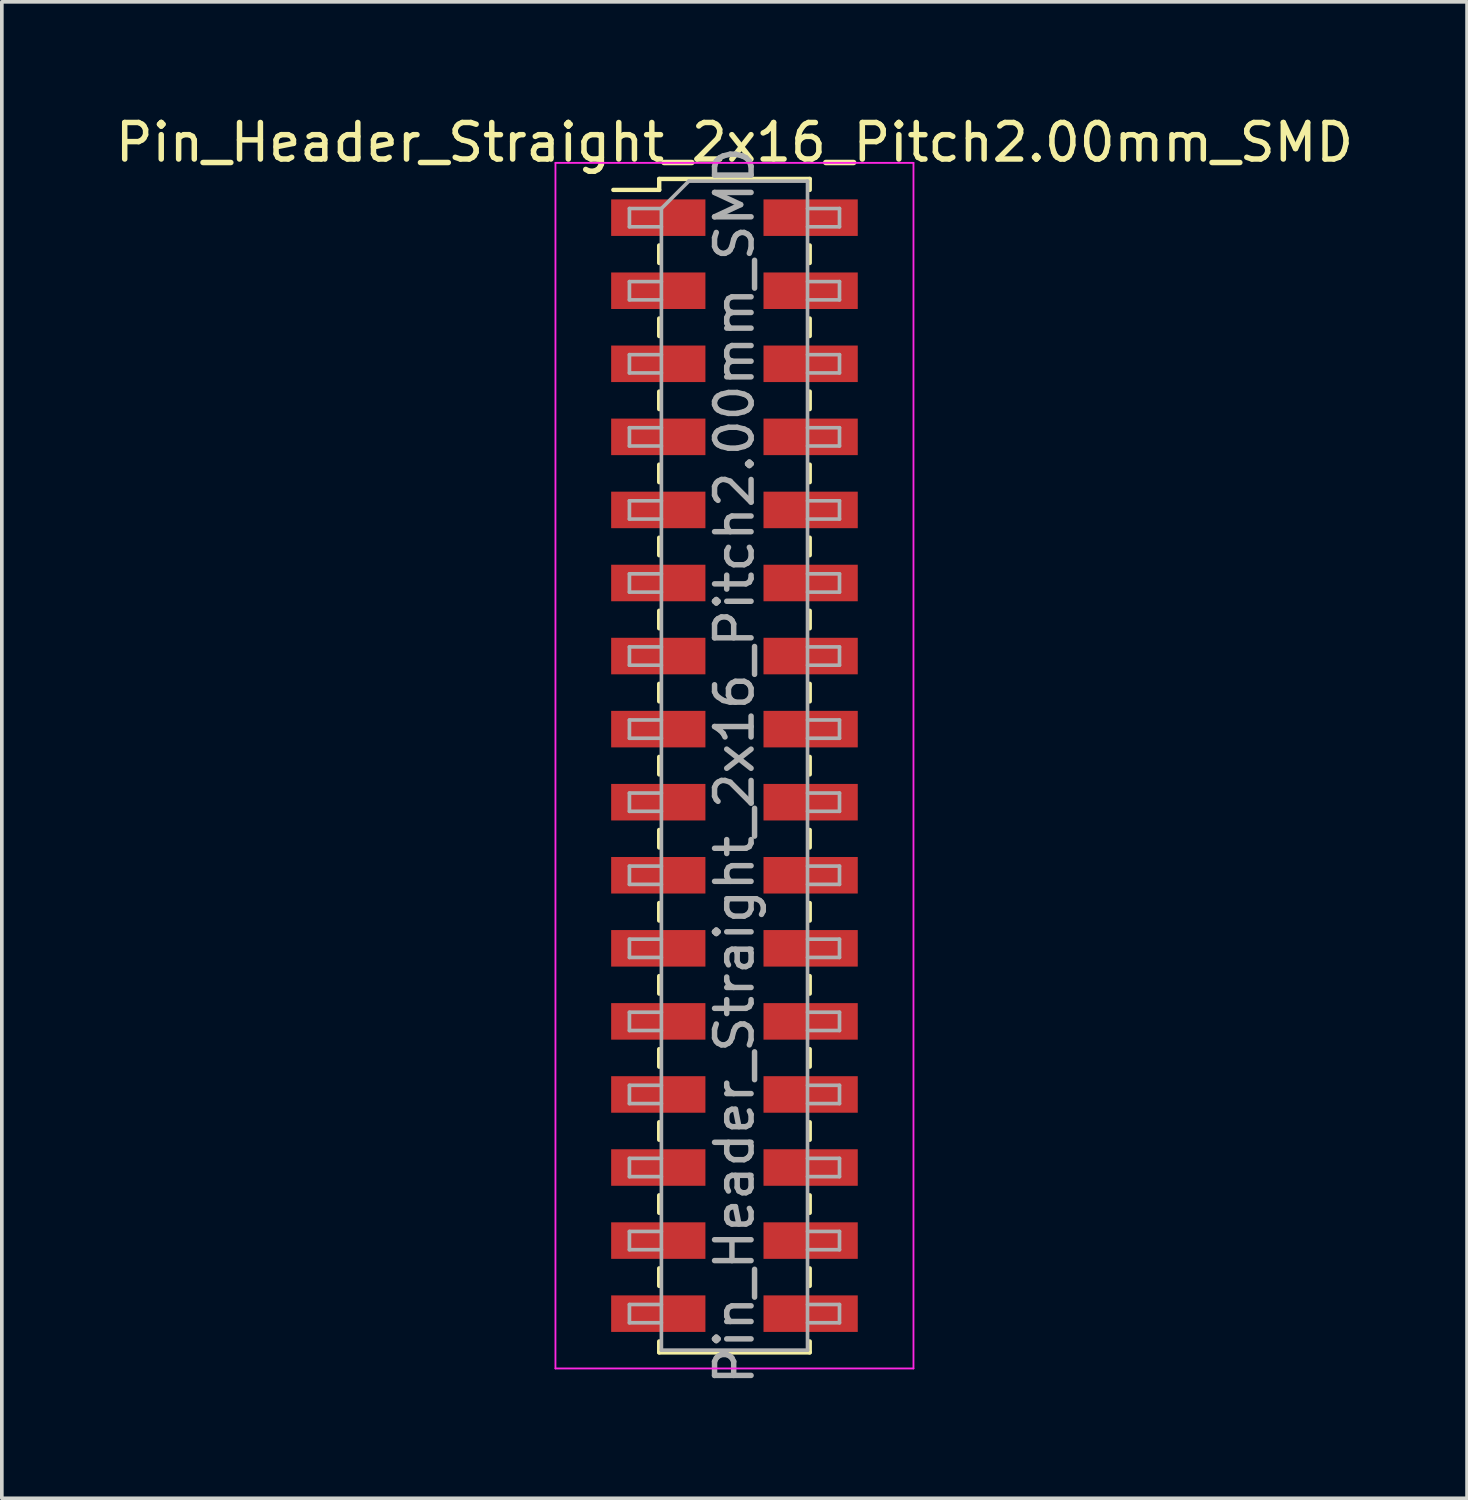
<source format=kicad_pcb>
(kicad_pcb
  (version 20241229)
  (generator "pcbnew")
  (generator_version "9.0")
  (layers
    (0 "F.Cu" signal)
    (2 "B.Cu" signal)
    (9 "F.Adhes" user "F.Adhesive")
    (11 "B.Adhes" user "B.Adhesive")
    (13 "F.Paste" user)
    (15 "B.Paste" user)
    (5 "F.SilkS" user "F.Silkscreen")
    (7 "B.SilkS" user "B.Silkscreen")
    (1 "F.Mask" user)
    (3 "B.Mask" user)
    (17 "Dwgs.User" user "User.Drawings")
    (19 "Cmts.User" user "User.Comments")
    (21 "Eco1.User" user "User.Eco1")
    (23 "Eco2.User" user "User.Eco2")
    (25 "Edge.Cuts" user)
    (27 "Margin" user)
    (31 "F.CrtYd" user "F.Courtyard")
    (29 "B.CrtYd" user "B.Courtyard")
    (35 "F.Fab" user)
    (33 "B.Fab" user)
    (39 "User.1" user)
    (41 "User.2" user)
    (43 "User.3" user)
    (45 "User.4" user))
  (footprint "Pin_Header_Straight_2x16_Pitch2.00mm_SMD"
    (layer "F.Cu")
    (at 17.054 17.908)
    (property "Reference" "Pin_Header_Straight_2x16_Pitch2.00mm_SMD" (at 0 -17.06 0) (layer "F.SilkS") (effects (font (size 1 1) (thickness 0.15))))
    (attr smd)
    (fp_line (start -3.315 -15.76) (end -2.06 -15.76) (stroke (width 0.12) (type solid)) (layer "F.SilkS"))
    (fp_line (start -2.06 -16.06) (end -2.06 -15.76) (stroke (width 0.12) (type solid)) (layer "F.SilkS"))
    (fp_line (start -2.06 -16.06) (end 2.06 -16.06) (stroke (width 0.12) (type solid)) (layer "F.SilkS"))
    (fp_line (start -2.06 -14.24) (end -2.06 -13.76) (stroke (width 0.12) (type solid)) (layer "F.SilkS"))
    (fp_line (start -2.06 -12.24) (end -2.06 -11.76) (stroke (width 0.12) (type solid)) (layer "F.SilkS"))
    (fp_line (start -2.06 -10.24) (end -2.06 -9.76) (stroke (width 0.12) (type solid)) (layer "F.SilkS"))
    (fp_line (start -2.06 -8.24) (end -2.06 -7.76) (stroke (width 0.12) (type solid)) (layer "F.SilkS"))
    (fp_line (start -2.06 -6.24) (end -2.06 -5.76) (stroke (width 0.12) (type solid)) (layer "F.SilkS"))
    (fp_line (start -2.06 -4.24) (end -2.06 -3.76) (stroke (width 0.12) (type solid)) (layer "F.SilkS"))
    (fp_line (start -2.06 -2.24) (end -2.06 -1.76) (stroke (width 0.12) (type solid)) (layer "F.SilkS"))
    (fp_line (start -2.06 -0.24) (end -2.06 0.24) (stroke (width 0.12) (type solid)) (layer "F.SilkS"))
    (fp_line (start -2.06 1.76) (end -2.06 2.24) (stroke (width 0.12) (type solid)) (layer "F.SilkS"))
    (fp_line (start -2.06 3.76) (end -2.06 4.24) (stroke (width 0.12) (type solid)) (layer "F.SilkS"))
    (fp_line (start -2.06 5.76) (end -2.06 6.24) (stroke (width 0.12) (type solid)) (layer "F.SilkS"))
    (fp_line (start -2.06 7.76) (end -2.06 8.24) (stroke (width 0.12) (type solid)) (layer "F.SilkS"))
    (fp_line (start -2.06 9.76) (end -2.06 10.24) (stroke (width 0.12) (type solid)) (layer "F.SilkS"))
    (fp_line (start -2.06 11.76) (end -2.06 12.24) (stroke (width 0.12) (type solid)) (layer "F.SilkS"))
    (fp_line (start -2.06 13.76) (end -2.06 14.24) (stroke (width 0.12) (type solid)) (layer "F.SilkS"))
    (fp_line (start -2.06 15.76) (end -2.06 16.06) (stroke (width 0.12) (type solid)) (layer "F.SilkS"))
    (fp_line (start -2.06 16.06) (end 2.06 16.06) (stroke (width 0.12) (type solid)) (layer "F.SilkS"))
    (fp_line (start 2.06 -16.06) (end 2.06 -15.76) (stroke (width 0.12) (type solid)) (layer "F.SilkS"))
    (fp_line (start 2.06 -14.24) (end 2.06 -13.76) (stroke (width 0.12) (type solid)) (layer "F.SilkS"))
    (fp_line (start 2.06 -12.24) (end 2.06 -11.76) (stroke (width 0.12) (type solid)) (layer "F.SilkS"))
    (fp_line (start 2.06 -10.24) (end 2.06 -9.76) (stroke (width 0.12) (type solid)) (layer "F.SilkS"))
    (fp_line (start 2.06 -8.24) (end 2.06 -7.76) (stroke (width 0.12) (type solid)) (layer "F.SilkS"))
    (fp_line (start 2.06 -6.24) (end 2.06 -5.76) (stroke (width 0.12) (type solid)) (layer "F.SilkS"))
    (fp_line (start 2.06 -4.24) (end 2.06 -3.76) (stroke (width 0.12) (type solid)) (layer "F.SilkS"))
    (fp_line (start 2.06 -2.24) (end 2.06 -1.76) (stroke (width 0.12) (type solid)) (layer "F.SilkS"))
    (fp_line (start 2.06 -0.24) (end 2.06 0.24) (stroke (width 0.12) (type solid)) (layer "F.SilkS"))
    (fp_line (start 2.06 1.76) (end 2.06 2.24) (stroke (width 0.12) (type solid)) (layer "F.SilkS"))
    (fp_line (start 2.06 3.76) (end 2.06 4.24) (stroke (width 0.12) (type solid)) (layer "F.SilkS"))
    (fp_line (start 2.06 5.76) (end 2.06 6.24) (stroke (width 0.12) (type solid)) (layer "F.SilkS"))
    (fp_line (start 2.06 7.76) (end 2.06 8.24) (stroke (width 0.12) (type solid)) (layer "F.SilkS"))
    (fp_line (start 2.06 9.76) (end 2.06 10.24) (stroke (width 0.12) (type solid)) (layer "F.SilkS"))
    (fp_line (start 2.06 11.76) (end 2.06 12.24) (stroke (width 0.12) (type solid)) (layer "F.SilkS"))
    (fp_line (start 2.06 13.76) (end 2.06 14.24) (stroke (width 0.12) (type solid)) (layer "F.SilkS"))
    (fp_line (start 2.06 15.76) (end 2.06 16.06) (stroke (width 0.12) (type solid)) (layer "F.SilkS"))
    (fp_line (start -4.9 -16.5) (end -4.9 16.5) (stroke (width 0.05) (type solid)) (layer "F.CrtYd"))
    (fp_line (start -4.9 16.5) (end 4.9 16.5) (stroke (width 0.05) (type solid)) (layer "F.CrtYd"))
    (fp_line (start 4.9 -16.5) (end -4.9 -16.5) (stroke (width 0.05) (type solid)) (layer "F.CrtYd"))
    (fp_line (start 4.9 16.5) (end 4.9 -16.5) (stroke (width 0.05) (type solid)) (layer "F.CrtYd"))
    (fp_line (start -2.875 -15.25) (end -2.875 -14.75) (stroke (width 0.1) (type solid)) (layer "F.Fab"))
    (fp_line (start -2.875 -14.75) (end -2 -14.75) (stroke (width 0.1) (type solid)) (layer "F.Fab"))
    (fp_line (start -2.875 -13.25) (end -2.875 -12.75) (stroke (width 0.1) (type solid)) (layer "F.Fab"))
    (fp_line (start -2.875 -12.75) (end -2 -12.75) (stroke (width 0.1) (type solid)) (layer "F.Fab"))
    (fp_line (start -2.875 -11.25) (end -2.875 -10.75) (stroke (width 0.1) (type solid)) (layer "F.Fab"))
    (fp_line (start -2.875 -10.75) (end -2 -10.75) (stroke (width 0.1) (type solid)) (layer "F.Fab"))
    (fp_line (start -2.875 -9.25) (end -2.875 -8.75) (stroke (width 0.1) (type solid)) (layer "F.Fab"))
    (fp_line (start -2.875 -8.75) (end -2 -8.75) (stroke (width 0.1) (type solid)) (layer "F.Fab"))
    (fp_line (start -2.875 -7.25) (end -2.875 -6.75) (stroke (width 0.1) (type solid)) (layer "F.Fab"))
    (fp_line (start -2.875 -6.75) (end -2 -6.75) (stroke (width 0.1) (type solid)) (layer "F.Fab"))
    (fp_line (start -2.875 -5.25) (end -2.875 -4.75) (stroke (width 0.1) (type solid)) (layer "F.Fab"))
    (fp_line (start -2.875 -4.75) (end -2 -4.75) (stroke (width 0.1) (type solid)) (layer "F.Fab"))
    (fp_line (start -2.875 -3.25) (end -2.875 -2.75) (stroke (width 0.1) (type solid)) (layer "F.Fab"))
    (fp_line (start -2.875 -2.75) (end -2 -2.75) (stroke (width 0.1) (type solid)) (layer "F.Fab"))
    (fp_line (start -2.875 -1.25) (end -2.875 -0.75) (stroke (width 0.1) (type solid)) (layer "F.Fab"))
    (fp_line (start -2.875 -0.75) (end -2 -0.75) (stroke (width 0.1) (type solid)) (layer "F.Fab"))
    (fp_line (start -2.875 0.75) (end -2.875 1.25) (stroke (width 0.1) (type solid)) (layer "F.Fab"))
    (fp_line (start -2.875 1.25) (end -2 1.25) (stroke (width 0.1) (type solid)) (layer "F.Fab"))
    (fp_line (start -2.875 2.75) (end -2.875 3.25) (stroke (width 0.1) (type solid)) (layer "F.Fab"))
    (fp_line (start -2.875 3.25) (end -2 3.25) (stroke (width 0.1) (type solid)) (layer "F.Fab"))
    (fp_line (start -2.875 4.75) (end -2.875 5.25) (stroke (width 0.1) (type solid)) (layer "F.Fab"))
    (fp_line (start -2.875 5.25) (end -2 5.25) (stroke (width 0.1) (type solid)) (layer "F.Fab"))
    (fp_line (start -2.875 6.75) (end -2.875 7.25) (stroke (width 0.1) (type solid)) (layer "F.Fab"))
    (fp_line (start -2.875 7.25) (end -2 7.25) (stroke (width 0.1) (type solid)) (layer "F.Fab"))
    (fp_line (start -2.875 8.75) (end -2.875 9.25) (stroke (width 0.1) (type solid)) (layer "F.Fab"))
    (fp_line (start -2.875 9.25) (end -2 9.25) (stroke (width 0.1) (type solid)) (layer "F.Fab"))
    (fp_line (start -2.875 10.75) (end -2.875 11.25) (stroke (width 0.1) (type solid)) (layer "F.Fab"))
    (fp_line (start -2.875 11.25) (end -2 11.25) (stroke (width 0.1) (type solid)) (layer "F.Fab"))
    (fp_line (start -2.875 12.75) (end -2.875 13.25) (stroke (width 0.1) (type solid)) (layer "F.Fab"))
    (fp_line (start -2.875 13.25) (end -2 13.25) (stroke (width 0.1) (type solid)) (layer "F.Fab"))
    (fp_line (start -2.875 14.75) (end -2.875 15.25) (stroke (width 0.1) (type solid)) (layer "F.Fab"))
    (fp_line (start -2.875 15.25) (end -2 15.25) (stroke (width 0.1) (type solid)) (layer "F.Fab"))
    (fp_line (start -2 -15.25) (end -2.875 -15.25) (stroke (width 0.1) (type solid)) (layer "F.Fab"))
    (fp_line (start -2 -15.25) (end -1.25 -16) (stroke (width 0.1) (type solid)) (layer "F.Fab"))
    (fp_line (start -2 -13.25) (end -2.875 -13.25) (stroke (width 0.1) (type solid)) (layer "F.Fab"))
    (fp_line (start -2 -11.25) (end -2.875 -11.25) (stroke (width 0.1) (type solid)) (layer "F.Fab"))
    (fp_line (start -2 -9.25) (end -2.875 -9.25) (stroke (width 0.1) (type solid)) (layer "F.Fab"))
    (fp_line (start -2 -7.25) (end -2.875 -7.25) (stroke (width 0.1) (type solid)) (layer "F.Fab"))
    (fp_line (start -2 -5.25) (end -2.875 -5.25) (stroke (width 0.1) (type solid)) (layer "F.Fab"))
    (fp_line (start -2 -3.25) (end -2.875 -3.25) (stroke (width 0.1) (type solid)) (layer "F.Fab"))
    (fp_line (start -2 -1.25) (end -2.875 -1.25) (stroke (width 0.1) (type solid)) (layer "F.Fab"))
    (fp_line (start -2 0.75) (end -2.875 0.75) (stroke (width 0.1) (type solid)) (layer "F.Fab"))
    (fp_line (start -2 2.75) (end -2.875 2.75) (stroke (width 0.1) (type solid)) (layer "F.Fab"))
    (fp_line (start -2 4.75) (end -2.875 4.75) (stroke (width 0.1) (type solid)) (layer "F.Fab"))
    (fp_line (start -2 6.75) (end -2.875 6.75) (stroke (width 0.1) (type solid)) (layer "F.Fab"))
    (fp_line (start -2 8.75) (end -2.875 8.75) (stroke (width 0.1) (type solid)) (layer "F.Fab"))
    (fp_line (start -2 10.75) (end -2.875 10.75) (stroke (width 0.1) (type solid)) (layer "F.Fab"))
    (fp_line (start -2 12.75) (end -2.875 12.75) (stroke (width 0.1) (type solid)) (layer "F.Fab"))
    (fp_line (start -2 14.75) (end -2.875 14.75) (stroke (width 0.1) (type solid)) (layer "F.Fab"))
    (fp_line (start -2 16) (end -2 -15.25) (stroke (width 0.1) (type solid)) (layer "F.Fab"))
    (fp_line (start -1.25 -16) (end 2 -16) (stroke (width 0.1) (type solid)) (layer "F.Fab"))
    (fp_line (start 2 -16) (end 2 16) (stroke (width 0.1) (type solid)) (layer "F.Fab"))
    (fp_line (start 2 -15.25) (end 2.875 -15.25) (stroke (width 0.1) (type solid)) (layer "F.Fab"))
    (fp_line (start 2 -13.25) (end 2.875 -13.25) (stroke (width 0.1) (type solid)) (layer "F.Fab"))
    (fp_line (start 2 -11.25) (end 2.875 -11.25) (stroke (width 0.1) (type solid)) (layer "F.Fab"))
    (fp_line (start 2 -9.25) (end 2.875 -9.25) (stroke (width 0.1) (type solid)) (layer "F.Fab"))
    (fp_line (start 2 -7.25) (end 2.875 -7.25) (stroke (width 0.1) (type solid)) (layer "F.Fab"))
    (fp_line (start 2 -5.25) (end 2.875 -5.25) (stroke (width 0.1) (type solid)) (layer "F.Fab"))
    (fp_line (start 2 -3.25) (end 2.875 -3.25) (stroke (width 0.1) (type solid)) (layer "F.Fab"))
    (fp_line (start 2 -1.25) (end 2.875 -1.25) (stroke (width 0.1) (type solid)) (layer "F.Fab"))
    (fp_line (start 2 0.75) (end 2.875 0.75) (stroke (width 0.1) (type solid)) (layer "F.Fab"))
    (fp_line (start 2 2.75) (end 2.875 2.75) (stroke (width 0.1) (type solid)) (layer "F.Fab"))
    (fp_line (start 2 4.75) (end 2.875 4.75) (stroke (width 0.1) (type solid)) (layer "F.Fab"))
    (fp_line (start 2 6.75) (end 2.875 6.75) (stroke (width 0.1) (type solid)) (layer "F.Fab"))
    (fp_line (start 2 8.75) (end 2.875 8.75) (stroke (width 0.1) (type solid)) (layer "F.Fab"))
    (fp_line (start 2 10.75) (end 2.875 10.75) (stroke (width 0.1) (type solid)) (layer "F.Fab"))
    (fp_line (start 2 12.75) (end 2.875 12.75) (stroke (width 0.1) (type solid)) (layer "F.Fab"))
    (fp_line (start 2 14.75) (end 2.875 14.75) (stroke (width 0.1) (type solid)) (layer "F.Fab"))
    (fp_line (start 2 16) (end -2 16) (stroke (width 0.1) (type solid)) (layer "F.Fab"))
    (fp_line (start 2.875 -15.25) (end 2.875 -14.75) (stroke (width 0.1) (type solid)) (layer "F.Fab"))
    (fp_line (start 2.875 -14.75) (end 2 -14.75) (stroke (width 0.1) (type solid)) (layer "F.Fab"))
    (fp_line (start 2.875 -13.25) (end 2.875 -12.75) (stroke (width 0.1) (type solid)) (layer "F.Fab"))
    (fp_line (start 2.875 -12.75) (end 2 -12.75) (stroke (width 0.1) (type solid)) (layer "F.Fab"))
    (fp_line (start 2.875 -11.25) (end 2.875 -10.75) (stroke (width 0.1) (type solid)) (layer "F.Fab"))
    (fp_line (start 2.875 -10.75) (end 2 -10.75) (stroke (width 0.1) (type solid)) (layer "F.Fab"))
    (fp_line (start 2.875 -9.25) (end 2.875 -8.75) (stroke (width 0.1) (type solid)) (layer "F.Fab"))
    (fp_line (start 2.875 -8.75) (end 2 -8.75) (stroke (width 0.1) (type solid)) (layer "F.Fab"))
    (fp_line (start 2.875 -7.25) (end 2.875 -6.75) (stroke (width 0.1) (type solid)) (layer "F.Fab"))
    (fp_line (start 2.875 -6.75) (end 2 -6.75) (stroke (width 0.1) (type solid)) (layer "F.Fab"))
    (fp_line (start 2.875 -5.25) (end 2.875 -4.75) (stroke (width 0.1) (type solid)) (layer "F.Fab"))
    (fp_line (start 2.875 -4.75) (end 2 -4.75) (stroke (width 0.1) (type solid)) (layer "F.Fab"))
    (fp_line (start 2.875 -3.25) (end 2.875 -2.75) (stroke (width 0.1) (type solid)) (layer "F.Fab"))
    (fp_line (start 2.875 -2.75) (end 2 -2.75) (stroke (width 0.1) (type solid)) (layer "F.Fab"))
    (fp_line (start 2.875 -1.25) (end 2.875 -0.75) (stroke (width 0.1) (type solid)) (layer "F.Fab"))
    (fp_line (start 2.875 -0.75) (end 2 -0.75) (stroke (width 0.1) (type solid)) (layer "F.Fab"))
    (fp_line (start 2.875 0.75) (end 2.875 1.25) (stroke (width 0.1) (type solid)) (layer "F.Fab"))
    (fp_line (start 2.875 1.25) (end 2 1.25) (stroke (width 0.1) (type solid)) (layer "F.Fab"))
    (fp_line (start 2.875 2.75) (end 2.875 3.25) (stroke (width 0.1) (type solid)) (layer "F.Fab"))
    (fp_line (start 2.875 3.25) (end 2 3.25) (stroke (width 0.1) (type solid)) (layer "F.Fab"))
    (fp_line (start 2.875 4.75) (end 2.875 5.25) (stroke (width 0.1) (type solid)) (layer "F.Fab"))
    (fp_line (start 2.875 5.25) (end 2 5.25) (stroke (width 0.1) (type solid)) (layer "F.Fab"))
    (fp_line (start 2.875 6.75) (end 2.875 7.25) (stroke (width 0.1) (type solid)) (layer "F.Fab"))
    (fp_line (start 2.875 7.25) (end 2 7.25) (stroke (width 0.1) (type solid)) (layer "F.Fab"))
    (fp_line (start 2.875 8.75) (end 2.875 9.25) (stroke (width 0.1) (type solid)) (layer "F.Fab"))
    (fp_line (start 2.875 9.25) (end 2 9.25) (stroke (width 0.1) (type solid)) (layer "F.Fab"))
    (fp_line (start 2.875 10.75) (end 2.875 11.25) (stroke (width 0.1) (type solid)) (layer "F.Fab"))
    (fp_line (start 2.875 11.25) (end 2 11.25) (stroke (width 0.1) (type solid)) (layer "F.Fab"))
    (fp_line (start 2.875 12.75) (end 2.875 13.25) (stroke (width 0.1) (type solid)) (layer "F.Fab"))
    (fp_line (start 2.875 13.25) (end 2 13.25) (stroke (width 0.1) (type solid)) (layer "F.Fab"))
    (fp_line (start 2.875 14.75) (end 2.875 15.25) (stroke (width 0.1) (type solid)) (layer "F.Fab"))
    (fp_line (start 2.875 15.25) (end 2 15.25) (stroke (width 0.1) (type solid)) (layer "F.Fab"))
    (fp_text user "${REFERENCE}" (at 0 0 90) (layer "F.Fab") (effects (font (size 1 1) (thickness 0.15))))
    (pad "1" smd rect (at -2.085 -15) (size 2.58 1) (layers "F.Cu" "F.Mask" "F.Paste"))
    (pad "2" smd rect (at 2.085 -15) (size 2.58 1) (layers "F.Cu" "F.Mask" "F.Paste"))
    (pad "3" smd rect (at -2.085 -13) (size 2.58 1) (layers "F.Cu" "F.Mask" "F.Paste"))
    (pad "4" smd rect (at 2.085 -13) (size 2.58 1) (layers "F.Cu" "F.Mask" "F.Paste"))
    (pad "5" smd rect (at -2.085 -11) (size 2.58 1) (layers "F.Cu" "F.Mask" "F.Paste"))
    (pad "6" smd rect (at 2.085 -11) (size 2.58 1) (layers "F.Cu" "F.Mask" "F.Paste"))
    (pad "7" smd rect (at -2.085 -9) (size 2.58 1) (layers "F.Cu" "F.Mask" "F.Paste"))
    (pad "8" smd rect (at 2.085 -9) (size 2.58 1) (layers "F.Cu" "F.Mask" "F.Paste"))
    (pad "9" smd rect (at -2.085 -7) (size 2.58 1) (layers "F.Cu" "F.Mask" "F.Paste"))
    (pad "10" smd rect (at 2.085 -7) (size 2.58 1) (layers "F.Cu" "F.Mask" "F.Paste"))
    (pad "11" smd rect (at -2.085 -5) (size 2.58 1) (layers "F.Cu" "F.Mask" "F.Paste"))
    (pad "12" smd rect (at 2.085 -5) (size 2.58 1) (layers "F.Cu" "F.Mask" "F.Paste"))
    (pad "13" smd rect (at -2.085 -3) (size 2.58 1) (layers "F.Cu" "F.Mask" "F.Paste"))
    (pad "14" smd rect (at 2.085 -3) (size 2.58 1) (layers "F.Cu" "F.Mask" "F.Paste"))
    (pad "15" smd rect (at -2.085 -1) (size 2.58 1) (layers "F.Cu" "F.Mask" "F.Paste"))
    (pad "16" smd rect (at 2.085 -1) (size 2.58 1) (layers "F.Cu" "F.Mask" "F.Paste"))
    (pad "17" smd rect (at -2.085 1) (size 2.58 1) (layers "F.Cu" "F.Mask" "F.Paste"))
    (pad "18" smd rect (at 2.085 1) (size 2.58 1) (layers "F.Cu" "F.Mask" "F.Paste"))
    (pad "19" smd rect (at -2.085 3) (size 2.58 1) (layers "F.Cu" "F.Mask" "F.Paste"))
    (pad "20" smd rect (at 2.085 3) (size 2.58 1) (layers "F.Cu" "F.Mask" "F.Paste"))
    (pad "21" smd rect (at -2.085 5) (size 2.58 1) (layers "F.Cu" "F.Mask" "F.Paste"))
    (pad "22" smd rect (at 2.085 5) (size 2.58 1) (layers "F.Cu" "F.Mask" "F.Paste"))
    (pad "23" smd rect (at -2.085 7) (size 2.58 1) (layers "F.Cu" "F.Mask" "F.Paste"))
    (pad "24" smd rect (at 2.085 7) (size 2.58 1) (layers "F.Cu" "F.Mask" "F.Paste"))
    (pad "25" smd rect (at -2.085 9) (size 2.58 1) (layers "F.Cu" "F.Mask" "F.Paste"))
    (pad "26" smd rect (at 2.085 9) (size 2.58 1) (layers "F.Cu" "F.Mask" "F.Paste"))
    (pad "27" smd rect (at -2.085 11) (size 2.58 1) (layers "F.Cu" "F.Mask" "F.Paste"))
    (pad "28" smd rect (at 2.085 11) (size 2.58 1) (layers "F.Cu" "F.Mask" "F.Paste"))
    (pad "29" smd rect (at -2.085 13) (size 2.58 1) (layers "F.Cu" "F.Mask" "F.Paste"))
    (pad "30" smd rect (at 2.085 13) (size 2.58 1) (layers "F.Cu" "F.Mask" "F.Paste"))
    (pad "31" smd rect (at -2.085 15) (size 2.58 1) (layers "F.Cu" "F.Mask" "F.Paste"))
    (pad "32" smd rect (at 2.085 15) (size 2.58 1) (layers "F.Cu" "F.Mask" "F.Paste")))
  (gr_rect
    (start -3 -3)
    (end 37.107 37.962)
    (stroke (width 0.1) (type default))
    (fill no)
    (layer "Edge.Cuts")))
</source>
